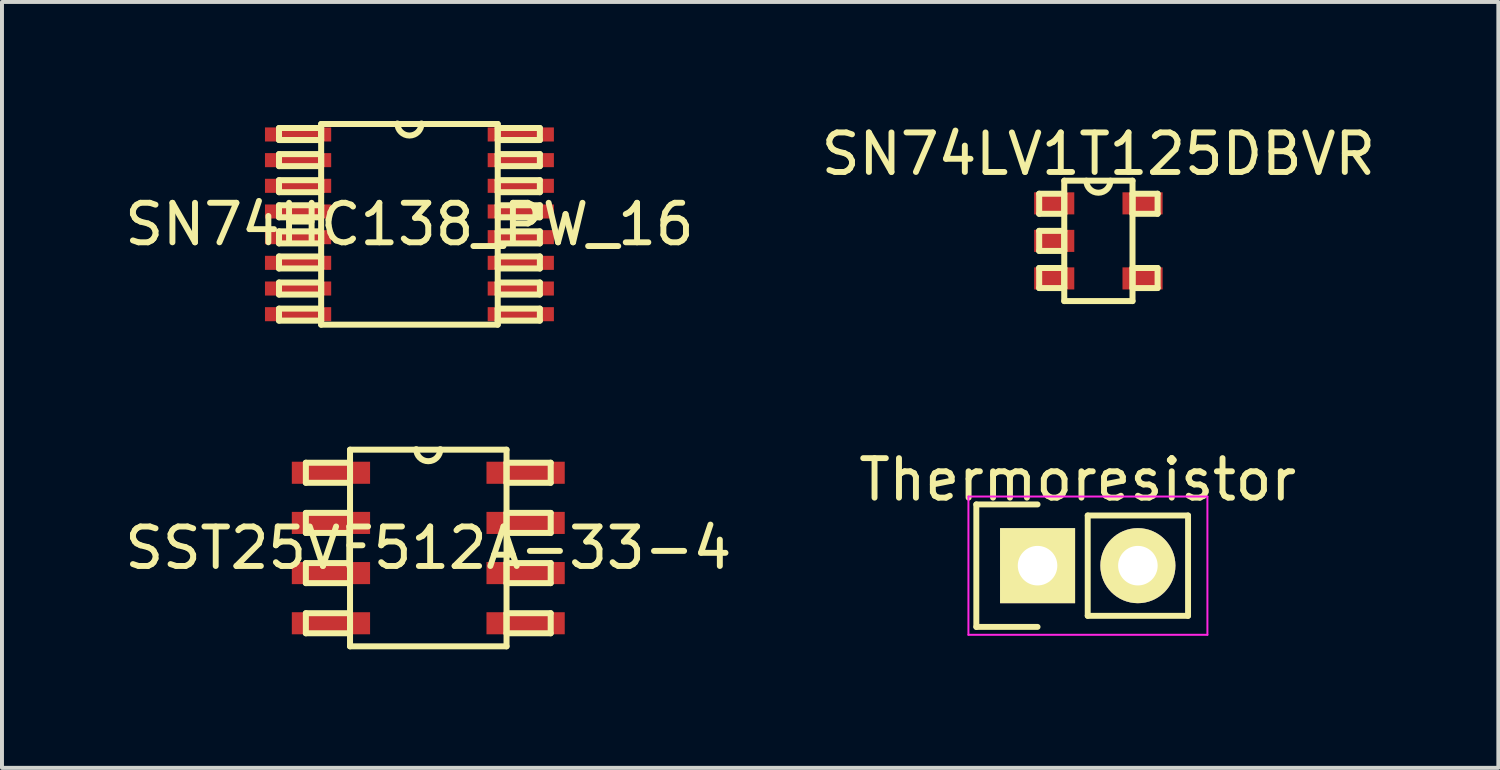
<source format=kicad_pcb>
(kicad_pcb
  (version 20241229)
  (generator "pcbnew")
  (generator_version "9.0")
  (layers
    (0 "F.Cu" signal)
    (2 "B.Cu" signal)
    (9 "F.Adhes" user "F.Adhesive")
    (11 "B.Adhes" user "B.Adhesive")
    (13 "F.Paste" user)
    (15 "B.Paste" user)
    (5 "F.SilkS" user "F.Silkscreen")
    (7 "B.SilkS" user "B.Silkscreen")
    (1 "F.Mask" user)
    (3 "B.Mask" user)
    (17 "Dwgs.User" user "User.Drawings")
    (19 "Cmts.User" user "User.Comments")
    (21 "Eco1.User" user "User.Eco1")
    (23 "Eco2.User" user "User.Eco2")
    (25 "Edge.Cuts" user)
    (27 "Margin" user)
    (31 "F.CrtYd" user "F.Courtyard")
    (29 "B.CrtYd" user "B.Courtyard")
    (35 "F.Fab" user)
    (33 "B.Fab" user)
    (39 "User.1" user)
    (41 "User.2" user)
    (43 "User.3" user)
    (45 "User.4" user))
  (footprint "SN74HC138_PW_16"
    (layer "F.Cu")
    (at 7.315 2.629)
    (property "Reference" "SN74HC138_PW_16" (at 0 0 0) (layer "F.SilkS") (effects (font (size 1 1) (thickness 0.15))))
    (attr through_hole)
    (fp_line (start -3.302 -2.438) (end -3.302 -2.134) (stroke (width 0.152) (type solid)) (layer "F.SilkS"))
    (fp_line (start -3.302 -2.134) (end -2.235 -2.134) (stroke (width 0.152) (type solid)) (layer "F.SilkS"))
    (fp_line (start -3.302 -1.778) (end -3.302 -1.473) (stroke (width 0.152) (type solid)) (layer "F.SilkS"))
    (fp_line (start -3.302 -1.473) (end -2.235 -1.473) (stroke (width 0.152) (type solid)) (layer "F.SilkS"))
    (fp_line (start -3.302 -1.118) (end -3.302 -0.813) (stroke (width 0.152) (type solid)) (layer "F.SilkS"))
    (fp_line (start -3.302 -0.813) (end -2.235 -0.813) (stroke (width 0.152) (type solid)) (layer "F.SilkS"))
    (fp_line (start -3.302 -0.483) (end -3.302 -0.178) (stroke (width 0.152) (type solid)) (layer "F.SilkS"))
    (fp_line (start -3.302 -0.178) (end -2.235 -0.178) (stroke (width 0.152) (type solid)) (layer "F.SilkS"))
    (fp_line (start -3.302 0.178) (end -3.302 0.483) (stroke (width 0.152) (type solid)) (layer "F.SilkS"))
    (fp_line (start -3.302 0.483) (end -2.235 0.483) (stroke (width 0.152) (type solid)) (layer "F.SilkS"))
    (fp_line (start -3.302 0.813) (end -3.302 1.118) (stroke (width 0.152) (type solid)) (layer "F.SilkS"))
    (fp_line (start -3.302 1.118) (end -2.235 1.118) (stroke (width 0.152) (type solid)) (layer "F.SilkS"))
    (fp_line (start -3.302 1.473) (end -3.302 1.778) (stroke (width 0.152) (type solid)) (layer "F.SilkS"))
    (fp_line (start -3.302 1.778) (end -2.235 1.778) (stroke (width 0.152) (type solid)) (layer "F.SilkS"))
    (fp_line (start -3.302 2.134) (end -3.302 2.438) (stroke (width 0.152) (type solid)) (layer "F.SilkS"))
    (fp_line (start -3.302 2.438) (end -2.235 2.438) (stroke (width 0.152) (type solid)) (layer "F.SilkS"))
    (fp_line (start -2.235 -2.54) (end -2.235 2.54) (stroke (width 0.152) (type solid)) (layer "F.SilkS"))
    (fp_line (start -2.235 -2.438) (end -3.302 -2.438) (stroke (width 0.152) (type solid)) (layer "F.SilkS"))
    (fp_line (start -2.235 -2.134) (end -2.235 -2.438) (stroke (width 0.152) (type solid)) (layer "F.SilkS"))
    (fp_line (start -2.235 -1.778) (end -3.302 -1.778) (stroke (width 0.152) (type solid)) (layer "F.SilkS"))
    (fp_line (start -2.235 -1.473) (end -2.235 -1.778) (stroke (width 0.152) (type solid)) (layer "F.SilkS"))
    (fp_line (start -2.235 -1.118) (end -3.302 -1.118) (stroke (width 0.152) (type solid)) (layer "F.SilkS"))
    (fp_line (start -2.235 -0.813) (end -2.235 -1.118) (stroke (width 0.152) (type solid)) (layer "F.SilkS"))
    (fp_line (start -2.235 -0.483) (end -3.302 -0.483) (stroke (width 0.152) (type solid)) (layer "F.SilkS"))
    (fp_line (start -2.235 -0.178) (end -2.235 -0.483) (stroke (width 0.152) (type solid)) (layer "F.SilkS"))
    (fp_line (start -2.235 0.178) (end -3.302 0.178) (stroke (width 0.152) (type solid)) (layer "F.SilkS"))
    (fp_line (start -2.235 0.483) (end -2.235 0.178) (stroke (width 0.152) (type solid)) (layer "F.SilkS"))
    (fp_line (start -2.235 0.813) (end -3.302 0.813) (stroke (width 0.152) (type solid)) (layer "F.SilkS"))
    (fp_line (start -2.235 1.118) (end -2.235 0.813) (stroke (width 0.152) (type solid)) (layer "F.SilkS"))
    (fp_line (start -2.235 1.473) (end -3.302 1.473) (stroke (width 0.152) (type solid)) (layer "F.SilkS"))
    (fp_line (start -2.235 1.778) (end -2.235 1.473) (stroke (width 0.152) (type solid)) (layer "F.SilkS"))
    (fp_line (start -2.235 2.134) (end -3.302 2.134) (stroke (width 0.152) (type solid)) (layer "F.SilkS"))
    (fp_line (start -2.235 2.438) (end -2.235 2.134) (stroke (width 0.152) (type solid)) (layer "F.SilkS"))
    (fp_line (start -2.235 2.54) (end 2.235 2.54) (stroke (width 0.152) (type solid)) (layer "F.SilkS"))
    (fp_line (start 2.235 -2.54) (end -2.235 -2.54) (stroke (width 0.152) (type solid)) (layer "F.SilkS"))
    (fp_line (start 2.235 -2.438) (end 2.235 -2.134) (stroke (width 0.152) (type solid)) (layer "F.SilkS"))
    (fp_line (start 2.235 -2.134) (end 3.302 -2.134) (stroke (width 0.152) (type solid)) (layer "F.SilkS"))
    (fp_line (start 2.235 -1.778) (end 2.235 -1.473) (stroke (width 0.152) (type solid)) (layer "F.SilkS"))
    (fp_line (start 2.235 -1.473) (end 3.302 -1.473) (stroke (width 0.152) (type solid)) (layer "F.SilkS"))
    (fp_line (start 2.235 -1.118) (end 2.235 -0.813) (stroke (width 0.152) (type solid)) (layer "F.SilkS"))
    (fp_line (start 2.235 -0.813) (end 3.302 -0.813) (stroke (width 0.152) (type solid)) (layer "F.SilkS"))
    (fp_line (start 2.235 -0.483) (end 2.235 -0.178) (stroke (width 0.152) (type solid)) (layer "F.SilkS"))
    (fp_line (start 2.235 -0.178) (end 3.302 -0.178) (stroke (width 0.152) (type solid)) (layer "F.SilkS"))
    (fp_line (start 2.235 0.178) (end 2.235 0.483) (stroke (width 0.152) (type solid)) (layer "F.SilkS"))
    (fp_line (start 2.235 0.483) (end 3.302 0.483) (stroke (width 0.152) (type solid)) (layer "F.SilkS"))
    (fp_line (start 2.235 0.813) (end 2.235 1.118) (stroke (width 0.152) (type solid)) (layer "F.SilkS"))
    (fp_line (start 2.235 1.118) (end 3.302 1.118) (stroke (width 0.152) (type solid)) (layer "F.SilkS"))
    (fp_line (start 2.235 1.473) (end 2.235 1.778) (stroke (width 0.152) (type solid)) (layer "F.SilkS"))
    (fp_line (start 2.235 1.778) (end 3.302 1.778) (stroke (width 0.152) (type solid)) (layer "F.SilkS"))
    (fp_line (start 2.235 2.134) (end 2.235 2.438) (stroke (width 0.152) (type solid)) (layer "F.SilkS"))
    (fp_line (start 2.235 2.438) (end 3.302 2.438) (stroke (width 0.152) (type solid)) (layer "F.SilkS"))
    (fp_line (start 2.235 2.54) (end 2.235 -2.54) (stroke (width 0.152) (type solid)) (layer "F.SilkS"))
    (fp_line (start 3.302 -2.438) (end 2.235 -2.438) (stroke (width 0.152) (type solid)) (layer "F.SilkS"))
    (fp_line (start 3.302 -2.134) (end 3.302 -2.438) (stroke (width 0.152) (type solid)) (layer "F.SilkS"))
    (fp_line (start 3.302 -1.778) (end 2.235 -1.778) (stroke (width 0.152) (type solid)) (layer "F.SilkS"))
    (fp_line (start 3.302 -1.473) (end 3.302 -1.778) (stroke (width 0.152) (type solid)) (layer "F.SilkS"))
    (fp_line (start 3.302 -1.118) (end 2.235 -1.118) (stroke (width 0.152) (type solid)) (layer "F.SilkS"))
    (fp_line (start 3.302 -0.813) (end 3.302 -1.118) (stroke (width 0.152) (type solid)) (layer "F.SilkS"))
    (fp_line (start 3.302 -0.483) (end 2.235 -0.483) (stroke (width 0.152) (type solid)) (layer "F.SilkS"))
    (fp_line (start 3.302 -0.178) (end 3.302 -0.483) (stroke (width 0.152) (type solid)) (layer "F.SilkS"))
    (fp_line (start 3.302 0.178) (end 2.235 0.178) (stroke (width 0.152) (type solid)) (layer "F.SilkS"))
    (fp_line (start 3.302 0.483) (end 3.302 0.178) (stroke (width 0.152) (type solid)) (layer "F.SilkS"))
    (fp_line (start 3.302 0.813) (end 2.235 0.813) (stroke (width 0.152) (type solid)) (layer "F.SilkS"))
    (fp_line (start 3.302 1.118) (end 3.302 0.813) (stroke (width 0.152) (type solid)) (layer "F.SilkS"))
    (fp_line (start 3.302 1.473) (end 2.235 1.473) (stroke (width 0.152) (type solid)) (layer "F.SilkS"))
    (fp_line (start 3.302 1.778) (end 3.302 1.473) (stroke (width 0.152) (type solid)) (layer "F.SilkS"))
    (fp_line (start 3.302 2.134) (end 2.235 2.134) (stroke (width 0.152) (type solid)) (layer "F.SilkS"))
    (fp_line (start 3.302 2.438) (end 3.302 2.134) (stroke (width 0.152) (type solid)) (layer "F.SilkS"))
    (fp_arc (start 0.3048 -2.5527) (mid 0 -2.2479) (end -0.3048 -2.5527) (stroke (width 0.1524) (type solid)) (layer "F.SilkS"))
    (pad "1" smd rect (at -2.819 -2.275) (size 1.676 0.356) (layers "F.Cu" "F.Mask" "F.Paste"))
    (pad "2" smd rect (at -2.819 -1.625) (size 1.676 0.356) (layers "F.Cu" "F.Mask" "F.Paste"))
    (pad "3" smd rect (at -2.819 -0.975) (size 1.676 0.356) (layers "F.Cu" "F.Mask" "F.Paste"))
    (pad "4" smd rect (at -2.819 -0.325) (size 1.676 0.356) (layers "F.Cu" "F.Mask" "F.Paste"))
    (pad "5" smd rect (at -2.819 0.325) (size 1.676 0.356) (layers "F.Cu" "F.Mask" "F.Paste"))
    (pad "6" smd rect (at -2.819 0.975) (size 1.676 0.356) (layers "F.Cu" "F.Mask" "F.Paste"))
    (pad "7" smd rect (at -2.819 1.625) (size 1.676 0.356) (layers "F.Cu" "F.Mask" "F.Paste"))
    (pad "8" smd rect (at -2.819 2.275) (size 1.676 0.356) (layers "F.Cu" "F.Mask" "F.Paste"))
    (pad "9" smd rect (at 2.819 2.275) (size 1.676 0.356) (layers "F.Cu" "F.Mask" "F.Paste"))
    (pad "10" smd rect (at 2.819 1.625) (size 1.676 0.356) (layers "F.Cu" "F.Mask" "F.Paste"))
    (pad "11" smd rect (at 2.819 0.975) (size 1.676 0.356) (layers "F.Cu" "F.Mask" "F.Paste"))
    (pad "12" smd rect (at 2.819 0.325) (size 1.676 0.356) (layers "F.Cu" "F.Mask" "F.Paste"))
    (pad "13" smd rect (at 2.819 -0.325) (size 1.676 0.356) (layers "F.Cu" "F.Mask" "F.Paste"))
    (pad "14" smd rect (at 2.819 -0.975) (size 1.676 0.356) (layers "F.Cu" "F.Mask" "F.Paste"))
    (pad "15" smd rect (at 2.819 -1.625) (size 1.676 0.356) (layers "F.Cu" "F.Mask" "F.Paste"))
    (pad "16" smd rect (at 2.819 -2.275) (size 1.676 0.356) (layers "F.Cu" "F.Mask" "F.Paste")))
  (footprint "SN74LV1T125DBVR"
    (layer "F.Cu")
    (at 24.756 3.048)
    (property "Reference" "SN74LV1T125DBVR" (at 0 -2.2 0) (layer "F.SilkS") (effects (font (size 1 1) (thickness 0.15))))
    (attr through_hole)
    (fp_line (start -1.499 -1.194) (end -1.499 -0.686) (stroke (width 0.152) (type solid)) (layer "F.SilkS"))
    (fp_line (start -1.499 -0.686) (end -0.864 -0.686) (stroke (width 0.152) (type solid)) (layer "F.SilkS"))
    (fp_line (start -1.499 -0.254) (end -1.499 0.254) (stroke (width 0.152) (type solid)) (layer "F.SilkS"))
    (fp_line (start -1.499 0.254) (end -0.864 0.254) (stroke (width 0.152) (type solid)) (layer "F.SilkS"))
    (fp_line (start -1.499 0.686) (end -1.499 1.194) (stroke (width 0.152) (type solid)) (layer "F.SilkS"))
    (fp_line (start -1.499 1.194) (end -0.864 1.194) (stroke (width 0.152) (type solid)) (layer "F.SilkS"))
    (fp_line (start -0.864 -1.524) (end -0.864 1.524) (stroke (width 0.152) (type solid)) (layer "F.SilkS"))
    (fp_line (start -0.864 -1.194) (end -1.499 -1.194) (stroke (width 0.152) (type solid)) (layer "F.SilkS"))
    (fp_line (start -0.864 -0.686) (end -0.864 -1.194) (stroke (width 0.152) (type solid)) (layer "F.SilkS"))
    (fp_line (start -0.864 -0.254) (end -1.499 -0.254) (stroke (width 0.152) (type solid)) (layer "F.SilkS"))
    (fp_line (start -0.864 0.254) (end -0.864 -0.254) (stroke (width 0.152) (type solid)) (layer "F.SilkS"))
    (fp_line (start -0.864 0.686) (end -1.499 0.686) (stroke (width 0.152) (type solid)) (layer "F.SilkS"))
    (fp_line (start -0.864 1.194) (end -0.864 0.686) (stroke (width 0.152) (type solid)) (layer "F.SilkS"))
    (fp_line (start -0.864 1.524) (end 0.864 1.524) (stroke (width 0.152) (type solid)) (layer "F.SilkS"))
    (fp_line (start 0.864 -1.524) (end -0.864 -1.524) (stroke (width 0.152) (type solid)) (layer "F.SilkS"))
    (fp_line (start 0.864 -1.194) (end 0.864 -0.686) (stroke (width 0.152) (type solid)) (layer "F.SilkS"))
    (fp_line (start 0.864 -0.686) (end 1.499 -0.686) (stroke (width 0.152) (type solid)) (layer "F.SilkS"))
    (fp_line (start 0.864 0.686) (end 0.864 1.194) (stroke (width 0.152) (type solid)) (layer "F.SilkS"))
    (fp_line (start 0.864 1.194) (end 1.499 1.194) (stroke (width 0.152) (type solid)) (layer "F.SilkS"))
    (fp_line (start 0.864 1.524) (end 0.864 -1.524) (stroke (width 0.152) (type solid)) (layer "F.SilkS"))
    (fp_line (start 1.499 -1.194) (end 0.864 -1.194) (stroke (width 0.152) (type solid)) (layer "F.SilkS"))
    (fp_line (start 1.499 -0.686) (end 1.499 -1.194) (stroke (width 0.152) (type solid)) (layer "F.SilkS"))
    (fp_line (start 1.499 0.686) (end 0.864 0.686) (stroke (width 0.152) (type solid)) (layer "F.SilkS"))
    (fp_line (start 1.499 1.194) (end 1.499 0.686) (stroke (width 0.152) (type solid)) (layer "F.SilkS"))
    (fp_arc (start 0.3048 -1.524) (mid 0 -1.2192) (end -0.3048 -1.524) (stroke (width 0.1524) (type solid)) (layer "F.SilkS"))
    (pad "1" smd rect (at -1.118 -0.95) (size 1.016 0.559) (layers "F.Cu" "F.Mask" "F.Paste"))
    (pad "2" smd rect (at -1.118 0) (size 1.016 0.559) (layers "F.Cu" "F.Mask" "F.Paste"))
    (pad "3" smd rect (at -1.118 0.95) (size 1.016 0.559) (layers "F.Cu" "F.Mask" "F.Paste"))
    (pad "4" smd rect (at 1.118 0.95) (size 1.016 0.559) (layers "F.Cu" "F.Mask" "F.Paste"))
    (pad "5" smd rect (at 1.118 -0.95) (size 1.016 0.559) (layers "F.Cu" "F.Mask" "F.Paste")))
  (footprint "SST25VF512A-33-4"
    (layer "F.Cu")
    (at 7.792 10.823)
    (property "Reference" "SST25VF512A-33-4" (at 0 0 0) (layer "F.SilkS") (effects (font (size 1 1) (thickness 0.15))))
    (attr through_hole)
    (fp_line (start -3.099 -2.159) (end -3.099 -1.651) (stroke (width 0.152) (type solid)) (layer "F.SilkS"))
    (fp_line (start -3.099 -1.651) (end -1.981 -1.651) (stroke (width 0.152) (type solid)) (layer "F.SilkS"))
    (fp_line (start -3.099 -0.889) (end -3.099 -0.381) (stroke (width 0.152) (type solid)) (layer "F.SilkS"))
    (fp_line (start -3.099 -0.381) (end -1.981 -0.381) (stroke (width 0.152) (type solid)) (layer "F.SilkS"))
    (fp_line (start -3.099 0.381) (end -3.099 0.889) (stroke (width 0.152) (type solid)) (layer "F.SilkS"))
    (fp_line (start -3.099 0.889) (end -1.981 0.889) (stroke (width 0.152) (type solid)) (layer "F.SilkS"))
    (fp_line (start -3.099 1.651) (end -3.099 2.159) (stroke (width 0.152) (type solid)) (layer "F.SilkS"))
    (fp_line (start -3.099 2.159) (end -1.981 2.159) (stroke (width 0.152) (type solid)) (layer "F.SilkS"))
    (fp_line (start -1.981 -2.489) (end -1.981 2.489) (stroke (width 0.152) (type solid)) (layer "F.SilkS"))
    (fp_line (start -1.981 -2.159) (end -3.099 -2.159) (stroke (width 0.152) (type solid)) (layer "F.SilkS"))
    (fp_line (start -1.981 -1.651) (end -1.981 -2.159) (stroke (width 0.152) (type solid)) (layer "F.SilkS"))
    (fp_line (start -1.981 -0.889) (end -3.099 -0.889) (stroke (width 0.152) (type solid)) (layer "F.SilkS"))
    (fp_line (start -1.981 -0.381) (end -1.981 -0.889) (stroke (width 0.152) (type solid)) (layer "F.SilkS"))
    (fp_line (start -1.981 0.381) (end -3.099 0.381) (stroke (width 0.152) (type solid)) (layer "F.SilkS"))
    (fp_line (start -1.981 0.889) (end -1.981 0.381) (stroke (width 0.152) (type solid)) (layer "F.SilkS"))
    (fp_line (start -1.981 1.651) (end -3.099 1.651) (stroke (width 0.152) (type solid)) (layer "F.SilkS"))
    (fp_line (start -1.981 2.159) (end -1.981 1.651) (stroke (width 0.152) (type solid)) (layer "F.SilkS"))
    (fp_line (start -1.981 2.489) (end 1.981 2.489) (stroke (width 0.152) (type solid)) (layer "F.SilkS"))
    (fp_line (start 1.981 -2.489) (end -1.981 -2.489) (stroke (width 0.152) (type solid)) (layer "F.SilkS"))
    (fp_line (start 1.981 -2.159) (end 1.981 -1.651) (stroke (width 0.152) (type solid)) (layer "F.SilkS"))
    (fp_line (start 1.981 -1.651) (end 3.099 -1.651) (stroke (width 0.152) (type solid)) (layer "F.SilkS"))
    (fp_line (start 1.981 -0.889) (end 1.981 -0.381) (stroke (width 0.152) (type solid)) (layer "F.SilkS"))
    (fp_line (start 1.981 -0.381) (end 3.099 -0.381) (stroke (width 0.152) (type solid)) (layer "F.SilkS"))
    (fp_line (start 1.981 0.381) (end 1.981 0.889) (stroke (width 0.152) (type solid)) (layer "F.SilkS"))
    (fp_line (start 1.981 0.889) (end 3.099 0.889) (stroke (width 0.152) (type solid)) (layer "F.SilkS"))
    (fp_line (start 1.981 1.651) (end 1.981 2.159) (stroke (width 0.152) (type solid)) (layer "F.SilkS"))
    (fp_line (start 1.981 2.159) (end 3.099 2.159) (stroke (width 0.152) (type solid)) (layer "F.SilkS"))
    (fp_line (start 1.981 2.489) (end 1.981 -2.489) (stroke (width 0.152) (type solid)) (layer "F.SilkS"))
    (fp_line (start 3.099 -2.159) (end 1.981 -2.159) (stroke (width 0.152) (type solid)) (layer "F.SilkS"))
    (fp_line (start 3.099 -1.651) (end 3.099 -2.159) (stroke (width 0.152) (type solid)) (layer "F.SilkS"))
    (fp_line (start 3.099 -0.889) (end 1.981 -0.889) (stroke (width 0.152) (type solid)) (layer "F.SilkS"))
    (fp_line (start 3.099 -0.381) (end 3.099 -0.889) (stroke (width 0.152) (type solid)) (layer "F.SilkS"))
    (fp_line (start 3.099 0.381) (end 1.981 0.381) (stroke (width 0.152) (type solid)) (layer "F.SilkS"))
    (fp_line (start 3.099 0.889) (end 3.099 0.381) (stroke (width 0.152) (type solid)) (layer "F.SilkS"))
    (fp_line (start 3.099 1.651) (end 1.981 1.651) (stroke (width 0.152) (type solid)) (layer "F.SilkS"))
    (fp_line (start 3.099 2.159) (end 3.099 1.651) (stroke (width 0.152) (type solid)) (layer "F.SilkS"))
    (fp_arc (start 0.3048 -2.5019) (mid 0 -2.1971) (end -0.3048 -2.5019) (stroke (width 0.1524) (type solid)) (layer "F.SilkS"))
    (pad "1" smd rect (at -2.464 -1.905) (size 1.981 0.559) (layers "F.Cu" "F.Mask" "F.Paste"))
    (pad "2" smd rect (at -2.464 -0.635) (size 1.981 0.559) (layers "F.Cu" "F.Mask" "F.Paste"))
    (pad "3" smd rect (at -2.464 0.635) (size 1.981 0.559) (layers "F.Cu" "F.Mask" "F.Paste"))
    (pad "4" smd rect (at -2.464 1.905) (size 1.981 0.559) (layers "F.Cu" "F.Mask" "F.Paste"))
    (pad "5" smd rect (at 2.464 1.905) (size 1.981 0.559) (layers "F.Cu" "F.Mask" "F.Paste"))
    (pad "6" smd rect (at 2.464 0.635) (size 1.981 0.559) (layers "F.Cu" "F.Mask" "F.Paste"))
    (pad "7" smd rect (at 2.464 -0.635) (size 1.981 0.559) (layers "F.Cu" "F.Mask" "F.Paste"))
    (pad "8" smd rect (at 2.464 -1.905) (size 1.981 0.559) (layers "F.Cu" "F.Mask" "F.Paste")))
  (footprint "Thermoresistor"
    (layer "F.Cu")
    (at 23.216 11.27)
    (property "Reference" "Thermoresistor" (at 1.016 -2.177 0) (layer "F.SilkS") (effects (font (size 1 1) (thickness 0.15))))
    (attr through_hole)
    (fp_line (start -1.55 -1.55) (end -1.55 1.55) (stroke (width 0.15) (type solid)) (layer "F.SilkS"))
    (fp_line (start -1.55 1.55) (end 0 1.55) (stroke (width 0.15) (type solid)) (layer "F.SilkS"))
    (fp_line (start 0 -1.55) (end -1.55 -1.55) (stroke (width 0.15) (type solid)) (layer "F.SilkS"))
    (fp_line (start 1.27 -1.27) (end 3.81 -1.27) (stroke (width 0.15) (type solid)) (layer "F.SilkS"))
    (fp_line (start 1.27 1.27) (end 1.27 -1.27) (stroke (width 0.15) (type solid)) (layer "F.SilkS"))
    (fp_line (start 3.81 -1.27) (end 3.81 1.27) (stroke (width 0.15) (type solid)) (layer "F.SilkS"))
    (fp_line (start 3.81 1.27) (end 1.27 1.27) (stroke (width 0.15) (type solid)) (layer "F.SilkS"))
    (fp_line (start -1.75 -1.75) (end -1.75 1.75) (stroke (width 0.05) (type solid)) (layer "F.CrtYd"))
    (fp_line (start -1.75 -1.75) (end 4.3 -1.75) (stroke (width 0.05) (type solid)) (layer "F.CrtYd"))
    (fp_line (start -1.75 1.75) (end 4.3 1.75) (stroke (width 0.05) (type solid)) (layer "F.CrtYd"))
    (fp_line (start 4.3 -1.75) (end 4.3 1.75) (stroke (width 0.05) (type solid)) (layer "F.CrtYd"))
    (pad "1" thru_hole rect (at 0 0) (size 1.9 1.9) (drill 1.001) (layers "*.Cu" "*.Mask" "F.SilkS"))
    (pad "2" thru_hole circle (at 2.54 0) (size 1.9 1.9) (drill 1.001) (layers "*.Cu" "*.Mask" "F.SilkS")))
  (gr_rect
    (start -3 -3)
    (end 34.881 16.389)
    (stroke (width 0.1) (type default))
    (fill no)
    (layer "Edge.Cuts")))
</source>
